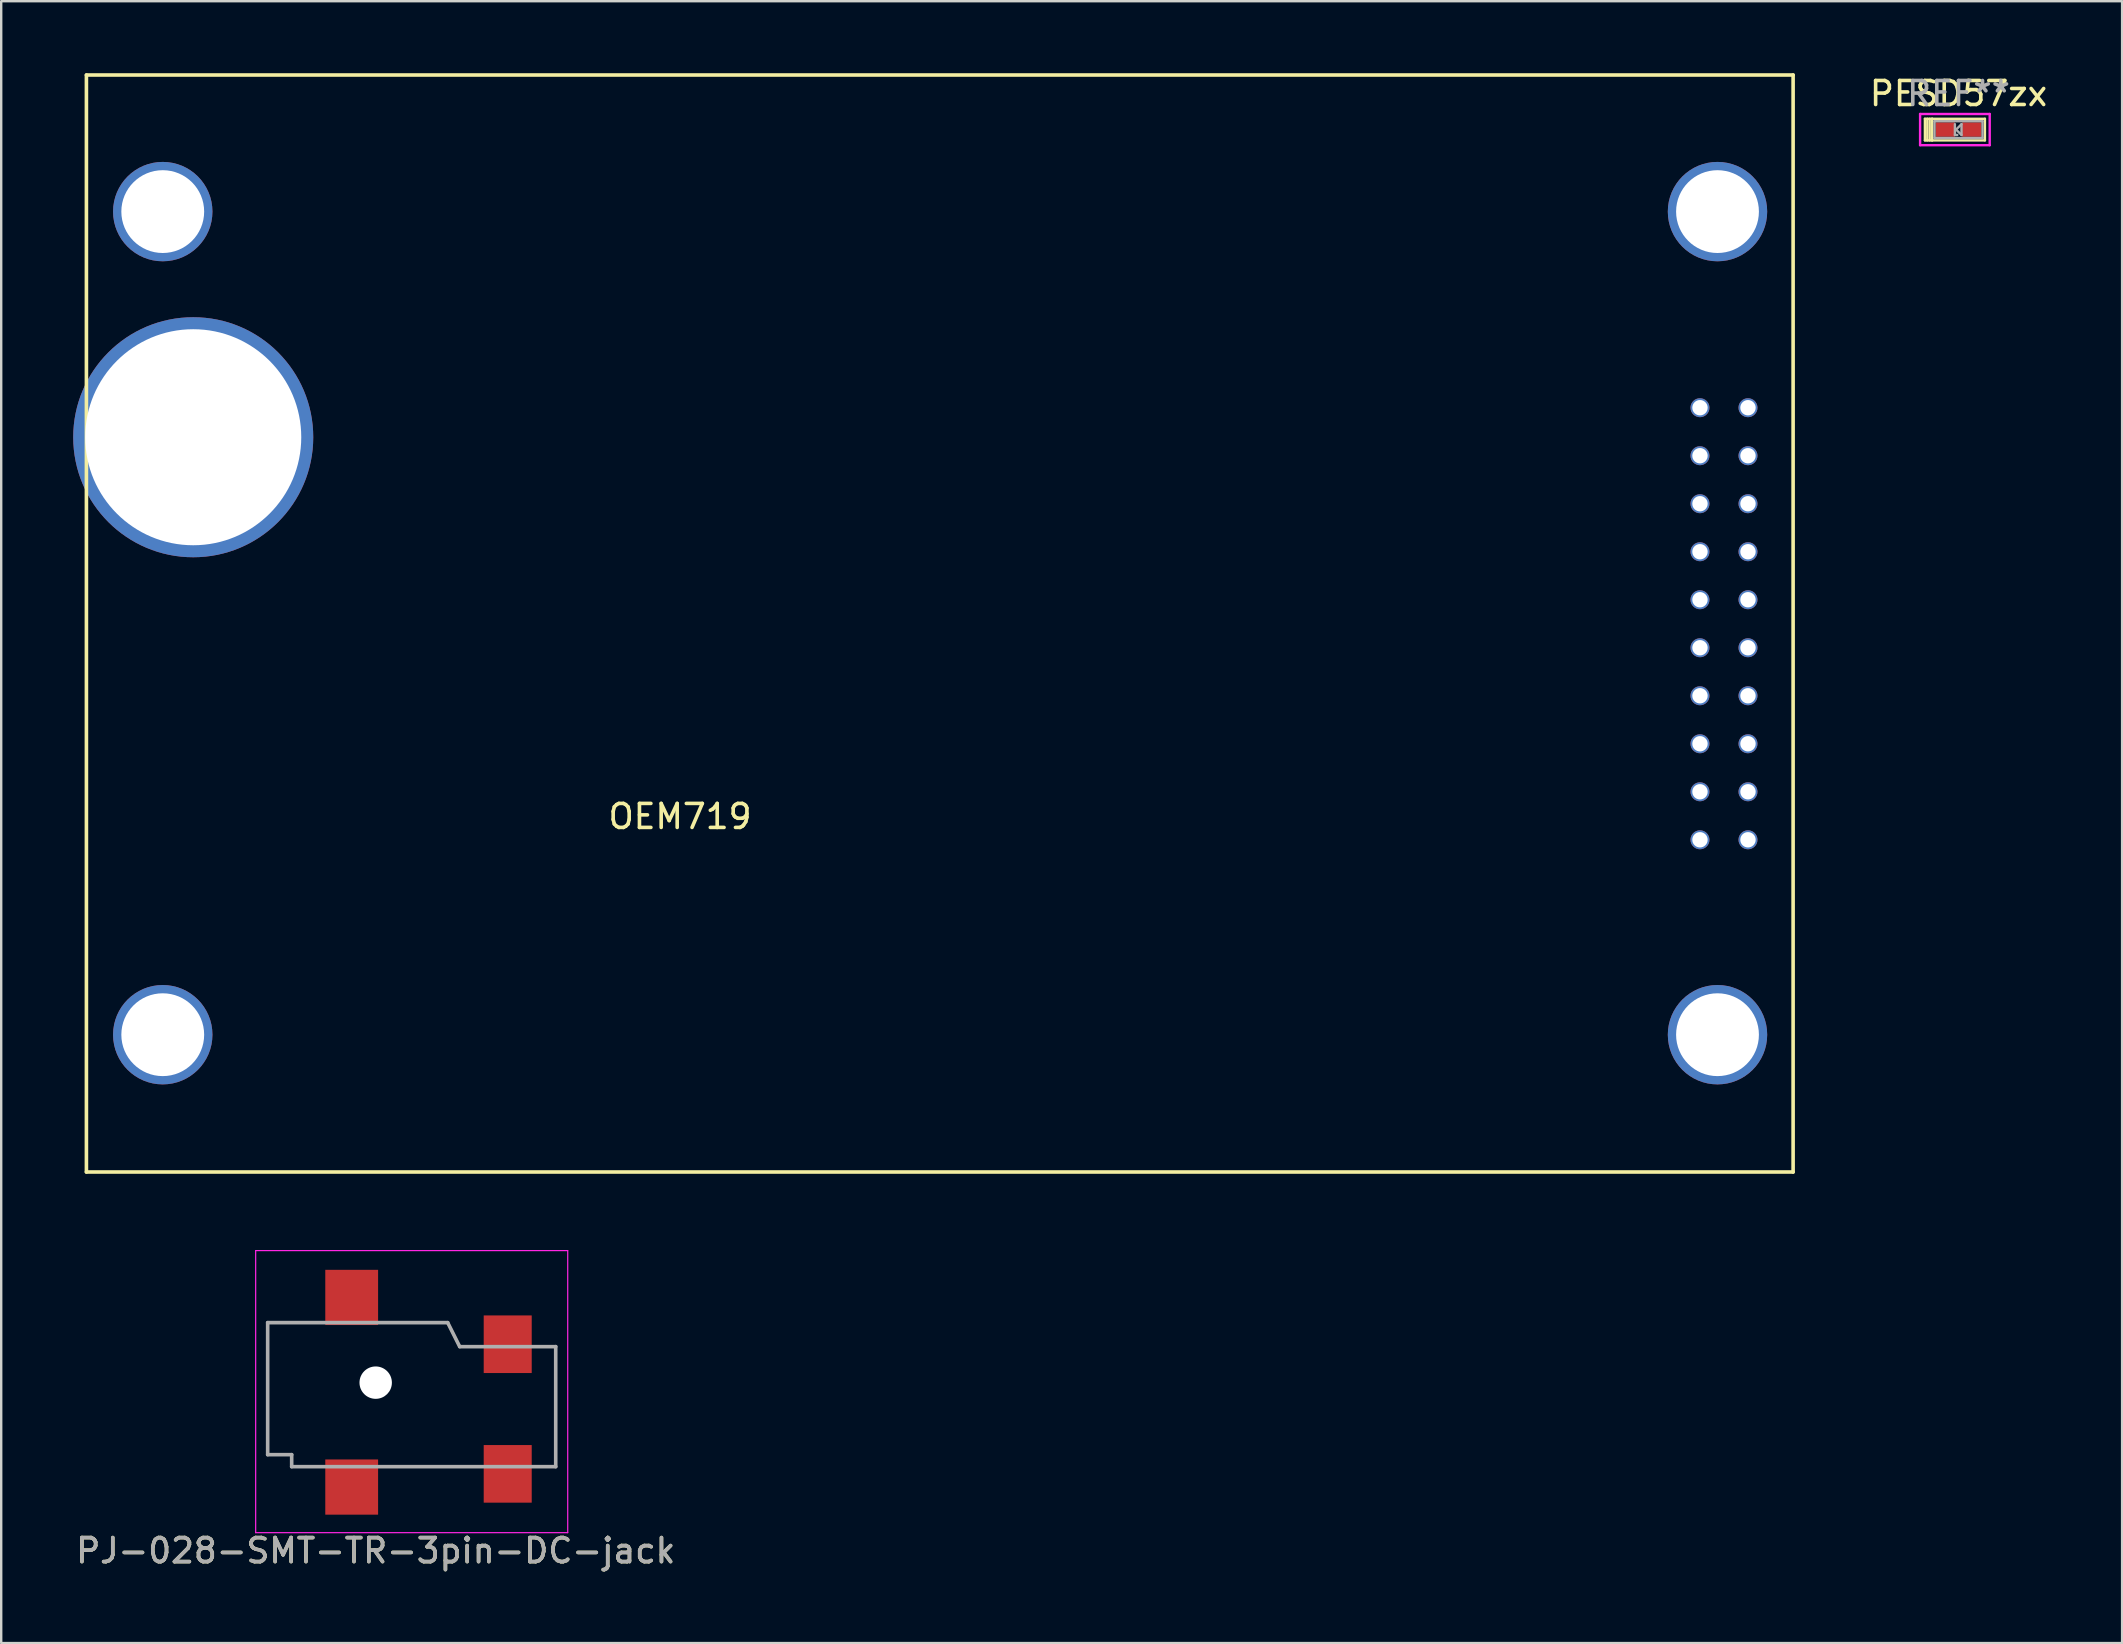
<source format=kicad_pcb>
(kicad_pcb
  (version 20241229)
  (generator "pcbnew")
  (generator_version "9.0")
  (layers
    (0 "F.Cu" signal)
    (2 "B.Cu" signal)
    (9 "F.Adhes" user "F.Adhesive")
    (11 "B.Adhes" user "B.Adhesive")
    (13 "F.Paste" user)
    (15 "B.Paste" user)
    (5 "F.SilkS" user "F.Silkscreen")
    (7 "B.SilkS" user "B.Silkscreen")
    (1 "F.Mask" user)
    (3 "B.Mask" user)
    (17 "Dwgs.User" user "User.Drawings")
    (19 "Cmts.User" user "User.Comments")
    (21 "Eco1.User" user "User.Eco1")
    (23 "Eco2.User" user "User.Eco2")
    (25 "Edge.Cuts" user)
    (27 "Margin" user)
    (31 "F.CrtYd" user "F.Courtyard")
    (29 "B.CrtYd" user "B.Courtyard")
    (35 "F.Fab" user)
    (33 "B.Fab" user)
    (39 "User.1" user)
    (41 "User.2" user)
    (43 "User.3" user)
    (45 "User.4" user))
  (footprint "PJ-028-SMT-TR-3pin-DC-jack"
    (layer "F.Cu")
    (at 12.601 54.55)
    (property "Reference" "PJ-028-SMT-TR-3pin-DC-jack" (at 0 7 0) (layer "F.SilkS") (effects (font (size 1 1) (thickness 0.15))))
    (attr through_hole)
    (fp_line (start -4.5 -2.5) (end -2.5 -2.5) (stroke (width 0.1) (type solid)) (layer "F.SilkS"))
    (fp_line (start -4.5 -2) (end -4.5 -2.5) (stroke (width 0.1) (type solid)) (layer "F.SilkS"))
    (fp_line (start -4.5 0) (end -4.5 -2) (stroke (width 0.1) (type solid)) (layer "F.SilkS"))
    (fp_line (start -4.5 3) (end -4.5 0) (stroke (width 0.1) (type solid)) (layer "F.SilkS"))
    (fp_line (start -3.5 3) (end -4.5 3) (stroke (width 0.1) (type solid)) (layer "F.SilkS"))
    (fp_line (start -3.5 3.5) (end -3.5 3) (stroke (width 0.1) (type solid)) (layer "F.SilkS"))
    (fp_line (start -2.5 3.5) (end -3.5 3.5) (stroke (width 0.1) (type solid)) (layer "F.SilkS"))
    (fp_line (start 0.5 -2.5) (end 3 -2.5) (stroke (width 0.1) (type solid)) (layer "F.SilkS"))
    (fp_line (start 0.5 3.5) (end 4 3.5) (stroke (width 0.1) (type solid)) (layer "F.SilkS"))
    (fp_line (start 3 -2.5) (end 3.5 -1.5) (stroke (width 0.1) (type solid)) (layer "F.SilkS"))
    (fp_line (start 3.5 -1.5) (end 4 -1.5) (stroke (width 0.1) (type solid)) (layer "F.SilkS"))
    (fp_line (start -5 -5.5) (end -5 6.25) (stroke (width 0.05) (type solid)) (layer "F.CrtYd"))
    (fp_line (start -5 6.25) (end 8 6.25) (stroke (width 0.05) (type solid)) (layer "F.CrtYd"))
    (fp_line (start 8 -5.5) (end -5 -5.5) (stroke (width 0.05) (type solid)) (layer "F.CrtYd"))
    (fp_line (start 8 6.25) (end 8 -5.5) (stroke (width 0.05) (type solid)) (layer "F.CrtYd"))
    (fp_line (start -4.5 -2.5) (end 3 -2.5) (stroke (width 0.15) (type solid)) (layer "F.Fab"))
    (fp_line (start -4.5 3) (end -4.5 -2.5) (stroke (width 0.15) (type solid)) (layer "F.Fab"))
    (fp_line (start -3.5 3) (end -4.5 3) (stroke (width 0.15) (type solid)) (layer "F.Fab"))
    (fp_line (start -3.5 3.5) (end -3.5 3) (stroke (width 0.15) (type solid)) (layer "F.Fab"))
    (fp_line (start 3 -2.5) (end 3.5 -1.5) (stroke (width 0.15) (type solid)) (layer "F.Fab"))
    (fp_line (start 3.5 -1.5) (end 7.5 -1.5) (stroke (width 0.15) (type solid)) (layer "F.Fab"))
    (fp_line (start 7.5 -1.5) (end 7.5 3.5) (stroke (width 0.15) (type solid)) (layer "F.Fab"))
    (fp_line (start 7.5 3.5) (end -3.5 3.5) (stroke (width 0.15) (type solid)) (layer "F.Fab"))
    (fp_text user "${REFERENCE}" (at 0 7 0) (layer "F.Fab") (effects (font (size 1 1) (thickness 0.15))))
    (pad "" np_thru_hole circle (at 0 0) (size 1.35 1.35) (drill 1.35) (layers "*.Cu" "*.Mask"))
    (pad "1" smd rect (at 5.5 -1.6) (size 2 2.4) (layers "F.Cu" "F.Mask" "F.Paste"))
    (pad "2" smd rect (at 5.5 3.8) (size 2 2.4) (layers "F.Cu" "F.Mask" "F.Paste"))
    (pad "3" smd rect (at -1 -3.55) (size 2.2 2.3) (layers "F.Cu" "F.Mask" "F.Paste"))
    (pad "3" smd rect (at -1 4.35) (size 2.2 2.3) (layers "F.Cu" "F.Mask" "F.Paste")))
  (footprint "PESD57zx"
    (layer "F.Cu")
    (at 78.54 2.348)
    (property "Reference" "PESD57zx" (at 0 -1.5 0) (layer "F.SilkS") (effects (font (size 1 1) (thickness 0.15))))
    (attr through_hole)
    (fp_line (start -1.4 -0.45) (end -1.4 0.45) (stroke (width 0.1) (type solid)) (layer "F.SilkS"))
    (fp_line (start -1.4 0.45) (end -1.1 0.45) (stroke (width 0.1) (type solid)) (layer "F.SilkS"))
    (fp_line (start -1.3 -0.45) (end -1.3 0.45) (stroke (width 0.1) (type solid)) (layer "F.SilkS"))
    (fp_line (start -1.2 -0.45) (end -1.2 0.45) (stroke (width 0.1) (type solid)) (layer "F.SilkS"))
    (fp_line (start -1.1 -0.45) (end -1.4 -0.45) (stroke (width 0.1) (type solid)) (layer "F.SilkS"))
    (fp_line (start -1.1 -0.45) (end 1.1 -0.45) (stroke (width 0.1) (type solid)) (layer "F.SilkS"))
    (fp_line (start -1.1 0.45) (end -1.1 -0.45) (stroke (width 0.1) (type solid)) (layer "F.SilkS"))
    (fp_line (start 1.1 -0.45) (end 1.1 0.45) (stroke (width 0.1) (type solid)) (layer "F.SilkS"))
    (fp_line (start 1.1 0.45) (end -1.1 0.45) (stroke (width 0.1) (type solid)) (layer "F.SilkS"))
    (fp_line (start -1.6 -0.65) (end 1.3 -0.65) (stroke (width 0.1) (type solid)) (layer "F.CrtYd"))
    (fp_line (start -1.6 0.65) (end -1.6 -0.65) (stroke (width 0.1) (type solid)) (layer "F.CrtYd"))
    (fp_line (start 1.3 -0.65) (end 1.3 0.65) (stroke (width 0.1) (type solid)) (layer "F.CrtYd"))
    (fp_line (start 1.3 0.65) (end -1.6 0.65) (stroke (width 0.1) (type solid)) (layer "F.CrtYd"))
    (fp_line (start -1 -0.35) (end 1 -0.35) (stroke (width 0.1) (type solid)) (layer "F.Fab"))
    (fp_line (start -1 0.35) (end -1 -0.35) (stroke (width 0.1) (type solid)) (layer "F.Fab"))
    (fp_line (start -0.15 -0.225) (end -0.15 0.225) (stroke (width 0.1) (type solid)) (layer "F.Fab"))
    (fp_line (start -0.15 0.225) (end -0.05 0.225) (stroke (width 0.1) (type solid)) (layer "F.Fab"))
    (fp_line (start -0.1 0) (end 0.125 -0.225) (stroke (width 0.1) (type solid)) (layer "F.Fab"))
    (fp_line (start 0.125 -0.225) (end 0.125 0.225) (stroke (width 0.1) (type solid)) (layer "F.Fab"))
    (fp_line (start 0.125 0.225) (end -0.1 0) (stroke (width 0.1) (type solid)) (layer "F.Fab"))
    (fp_line (start 1 -0.35) (end 1 0.35) (stroke (width 0.1) (type solid)) (layer "F.Fab"))
    (fp_line (start 1 0.35) (end -1 0.35) (stroke (width 0.1) (type solid)) (layer "F.Fab"))
    (fp_text user "REF**" (at 0 -1.5 0) (layer "F.Fab") (effects (font (size 1 1) (thickness 0.15))))
    (pad "1" smd rect (at -0.55 0) (size 0.8 0.6) (layers "F.Cu" "F.Mask" "F.Paste"))
    (pad "2" smd rect (at 0.55 0) (size 0.8 0.6) (layers "F.Cu" "F.Mask" "F.Paste")))
  (footprint "OEM719"
    (layer "F.Cu")
    (at 0.55 45.775)
    (property "Reference" "OEM719" (at 24.73 -14.81 0) (layer "F.SilkS") (effects (font (size 1 1) (thickness 0.15))))
    (attr through_hole)
    (fp_line (start 0 -45.7) (end 71.1 -45.7) (stroke (width 0.15) (type solid)) (layer "F.SilkS"))
    (fp_line (start 0 0) (end 0 -45.7) (stroke (width 0.15) (type solid)) (layer "F.SilkS"))
    (fp_line (start 71.1 -45.7) (end 71.1 0) (stroke (width 0.15) (type solid)) (layer "F.SilkS"))
    (fp_line (start 71.1 0) (end 0 0) (stroke (width 0.15) (type solid)) (layer "F.SilkS"))
    (pad "" np_thru_hole circle (at 3.18 -40.01) (size 4.14 4.14) (drill 3.45) (layers "*.Cu" "*.Mask"))
    (pad "" np_thru_hole circle (at 3.18 -5.72) (size 4.14 4.14) (drill 3.45) (layers "*.Cu" "*.Mask"))
    (pad "" np_thru_hole circle (at 67.95 -40.01) (size 4.14 4.14) (drill 3.45) (layers "*.Cu" "*.Mask"))
    (pad "" np_thru_hole circle (at 67.95 -5.72) (size 4.14 4.14) (drill 3.45) (layers "*.Cu" "*.Mask"))
    (pad "1" thru_hole circle (at 69.22 -13.84) (size 0.79 0.79) (drill 0.64) (layers "*.Cu" "*.Mask"))
    (pad "2" thru_hole circle (at 67.22 -13.84) (size 0.79 0.79) (drill 0.64) (layers "*.Cu" "*.Mask"))
    (pad "3" thru_hole circle (at 69.22 -15.84) (size 0.79 0.79) (drill 0.64) (layers "*.Cu" "*.Mask"))
    (pad "4" thru_hole circle (at 67.22 -15.84) (size 0.79 0.79) (drill 0.64) (layers "*.Cu" "*.Mask"))
    (pad "5" thru_hole circle (at 69.22 -17.84) (size 0.79 0.79) (drill 0.64) (layers "*.Cu" "*.Mask"))
    (pad "6" thru_hole circle (at 67.22 -17.84) (size 0.79 0.79) (drill 0.64) (layers "*.Cu" "*.Mask"))
    (pad "7" thru_hole circle (at 69.22 -19.84) (size 0.79 0.79) (drill 0.64) (layers "*.Cu" "*.Mask"))
    (pad "8" thru_hole circle (at 67.22 -19.84) (size 0.79 0.79) (drill 0.64) (layers "*.Cu" "*.Mask"))
    (pad "9" thru_hole circle (at 69.22 -21.84) (size 0.79 0.79) (drill 0.64) (layers "*.Cu" "*.Mask"))
    (pad "10" thru_hole circle (at 67.22 -21.84) (size 0.79 0.79) (drill 0.64) (layers "*.Cu" "*.Mask"))
    (pad "11" thru_hole circle (at 69.22 -23.84) (size 0.79 0.79) (drill 0.64) (layers "*.Cu" "*.Mask"))
    (pad "12" thru_hole circle (at 67.22 -23.84) (size 0.79 0.79) (drill 0.64) (layers "*.Cu" "*.Mask"))
    (pad "13" thru_hole circle (at 69.22 -25.84) (size 0.79 0.79) (drill 0.64) (layers "*.Cu" "*.Mask"))
    (pad "14" thru_hole circle (at 67.22 -25.84) (size 0.79 0.79) (drill 0.64) (layers "*.Cu" "*.Mask"))
    (pad "15" thru_hole circle (at 69.22 -27.84) (size 0.79 0.79) (drill 0.64) (layers "*.Cu" "*.Mask"))
    (pad "16" thru_hole circle (at 67.22 -27.84) (size 0.79 0.79) (drill 0.64) (layers "*.Cu" "*.Mask"))
    (pad "17" thru_hole circle (at 69.22 -29.84) (size 0.79 0.79) (drill 0.64) (layers "*.Cu" "*.Mask"))
    (pad "18" thru_hole circle (at 67.22 -29.84) (size 0.79 0.79) (drill 0.64) (layers "*.Cu" "*.Mask"))
    (pad "19" thru_hole circle (at 69.22 -31.84) (size 0.79 0.79) (drill 0.64) (layers "*.Cu" "*.Mask"))
    (pad "20" thru_hole circle (at 67.22 -31.84) (size 0.79 0.79) (drill 0.64) (layers "*.Cu" "*.Mask"))
    (pad "21" thru_hole circle (at 4.45 -30.61) (size 10 10) (drill 9) (layers "*.Cu" "*.Mask")))
  (gr_rect
    (start -3 -3)
    (end 85.356 65.398)
    (stroke (width 0.1) (type default))
    (fill no)
    (layer "Edge.Cuts")))
</source>
